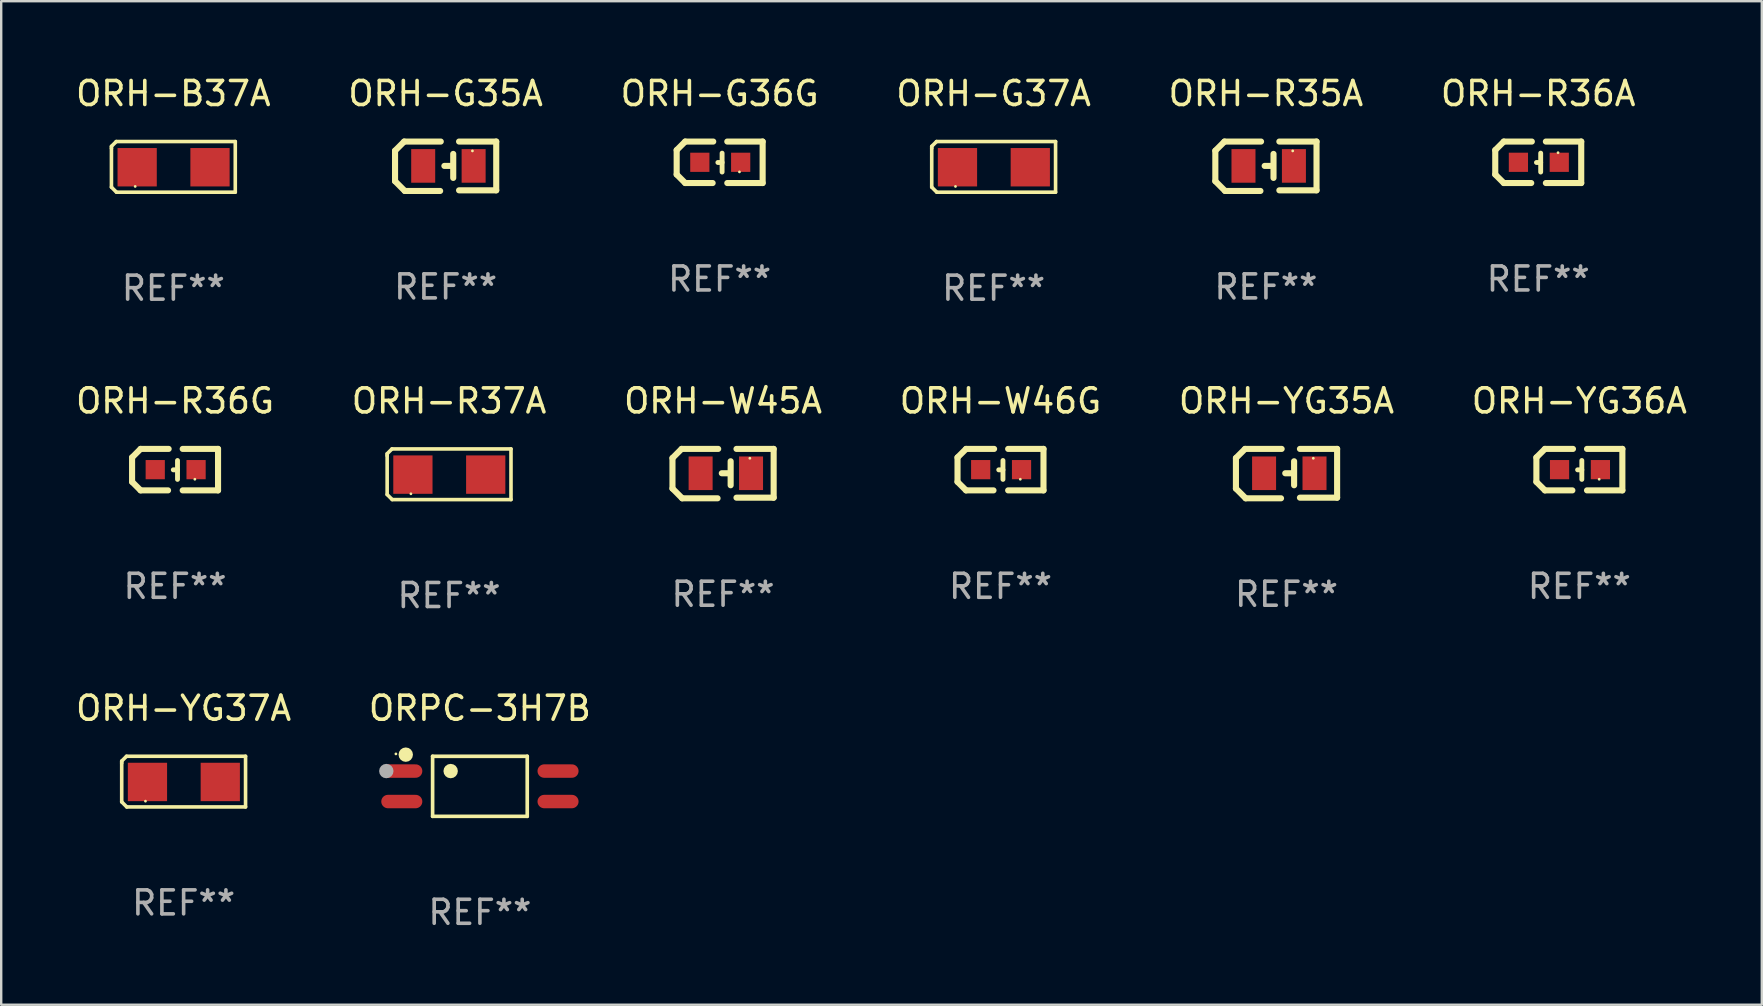
<source format=kicad_pcb>
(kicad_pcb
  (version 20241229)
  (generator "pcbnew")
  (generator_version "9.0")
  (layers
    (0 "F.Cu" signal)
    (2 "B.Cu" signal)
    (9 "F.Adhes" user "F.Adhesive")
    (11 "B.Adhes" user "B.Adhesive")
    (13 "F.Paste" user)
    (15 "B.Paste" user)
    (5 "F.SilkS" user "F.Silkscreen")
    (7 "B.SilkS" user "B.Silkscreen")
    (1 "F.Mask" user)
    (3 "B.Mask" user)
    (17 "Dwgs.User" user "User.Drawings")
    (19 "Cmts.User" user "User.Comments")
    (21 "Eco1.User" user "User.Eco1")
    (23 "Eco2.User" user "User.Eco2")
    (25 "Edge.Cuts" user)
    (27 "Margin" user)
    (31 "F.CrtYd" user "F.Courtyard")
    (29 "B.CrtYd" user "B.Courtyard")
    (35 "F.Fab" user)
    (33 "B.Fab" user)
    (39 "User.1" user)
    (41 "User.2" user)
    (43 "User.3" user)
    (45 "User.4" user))
  (footprint "ORH-G37A"
    (layer "F.Cu")
    (at 38.351 3.903)
    (property "Reference" "ORH-G37A" (at 0 -3.055 0) (layer "F.SilkS") (effects (font (size 1 1) (thickness 0.15))))
    (attr through_hole)
    (fp_line (start -2.58 -0.855) (end -2.38 -1.055) (stroke (width 0.15) (type solid)) (layer "F.SilkS"))
    (fp_line (start -2.58 -0.775) (end -2.58 -0.855) (stroke (width 0.15) (type solid)) (layer "F.SilkS"))
    (fp_line (start -2.58 -0.775) (end -2.58 0.845) (stroke (width 0.15) (type solid)) (layer "F.SilkS"))
    (fp_line (start -2.58 0.845) (end -2.37 1.055) (stroke (width 0.15) (type solid)) (layer "F.SilkS"))
    (fp_line (start -2.38 -1.055) (end 2.58 -1.055) (stroke (width 0.15) (type solid)) (layer "F.SilkS"))
    (fp_line (start 2.58 -1.055) (end 2.58 1.055) (stroke (width 0.15) (type solid)) (layer "F.SilkS"))
    (fp_line (start 2.58 1.055) (end -2.37 1.055) (stroke (width 0.15) (type solid)) (layer "F.SilkS"))
    (fp_circle (center -1.59 0.815) (end -1.56 0.815) (stroke (width 0.06) (type solid)) (fill no) (layer "F.SilkS"))
    (fp_text user "REF**" (at 0 5.055 0) (layer "F.Fab") (effects (font (size 1 1) (thickness 0.15))))
    (pad "1" smd rect (at -1.507 0.015) (size 1.635 1.6) (layers "F.Cu" "F.Mask" "F.Paste"))
    (pad "2" smd rect (at 1.527 0.015) (size 1.635 1.6) (layers "F.Cu" "F.Mask" "F.Paste")))
  (footprint "ORH-B37A"
    (layer "F.Cu")
    (at 4.173 3.903)
    (property "Reference" "ORH-B37A" (at 0 -3.055 0) (layer "F.SilkS") (effects (font (size 1 1) (thickness 0.15))))
    (attr through_hole)
    (fp_line (start -2.58 -0.855) (end -2.38 -1.055) (stroke (width 0.15) (type solid)) (layer "F.SilkS"))
    (fp_line (start -2.58 -0.775) (end -2.58 -0.855) (stroke (width 0.15) (type solid)) (layer "F.SilkS"))
    (fp_line (start -2.58 -0.775) (end -2.58 0.845) (stroke (width 0.15) (type solid)) (layer "F.SilkS"))
    (fp_line (start -2.58 0.845) (end -2.37 1.055) (stroke (width 0.15) (type solid)) (layer "F.SilkS"))
    (fp_line (start -2.38 -1.055) (end 2.58 -1.055) (stroke (width 0.15) (type solid)) (layer "F.SilkS"))
    (fp_line (start 2.58 -1.055) (end 2.58 1.055) (stroke (width 0.15) (type solid)) (layer "F.SilkS"))
    (fp_line (start 2.58 1.055) (end -2.37 1.055) (stroke (width 0.15) (type solid)) (layer "F.SilkS"))
    (fp_circle (center -1.59 0.815) (end -1.56 0.815) (stroke (width 0.06) (type solid)) (fill no) (layer "F.SilkS"))
    (fp_text user "REF**" (at 0 5.055 0) (layer "F.Fab") (effects (font (size 1 1) (thickness 0.15))))
    (pad "1" smd rect (at -1.508 0.015) (size 1.635 1.6) (layers "F.Cu" "F.Mask" "F.Paste"))
    (pad "2" smd rect (at 1.527 0.015) (size 1.635 1.6) (layers "F.Cu" "F.Mask" "F.Paste")))
  (footprint "ORH-G35A"
    (layer "F.Cu")
    (at 15.518 3.877)
    (property "Reference" "ORH-G35A" (at 0 -3.029 0) (layer "F.SilkS") (effects (font (size 1 1) (thickness 0.15))))
    (attr through_hole)
    (fp_line (start -2.108 -0.648) (end -1.727 -1.029) (stroke (width 0.254) (type solid)) (layer "F.SilkS"))
    (fp_line (start -2.108 0.622) (end -2.108 -0.648) (stroke (width 0.254) (type solid)) (layer "F.SilkS"))
    (fp_line (start -1.727 -1.029) (end -0.203 -1.029) (stroke (width 0.254) (type solid)) (layer "F.SilkS"))
    (fp_line (start -1.702 1.029) (end -2.108 0.622) (stroke (width 0.254) (type solid)) (layer "F.SilkS"))
    (fp_line (start -0.229 1.029) (end -1.702 1.029) (stroke (width 0.254) (type solid)) (layer "F.SilkS"))
    (fp_line (start 0.216 -0.014) (end -0.053 -0.014) (stroke (width 0.254) (type solid)) (layer "F.SilkS"))
    (fp_line (start 0.316 -0.514) (end 0.316 0.486) (stroke (width 0.254) (type solid)) (layer "F.SilkS"))
    (fp_line (start 0.559 1.003) (end 2.108 1.003) (stroke (width 0.254) (type solid)) (layer "F.SilkS"))
    (fp_line (start 2.108 -1.029) (end 0.559 -1.029) (stroke (width 0.254) (type solid)) (layer "F.SilkS"))
    (fp_line (start 2.108 1.003) (end 2.108 -1.029) (stroke (width 0.254) (type solid)) (layer "F.SilkS"))
    (fp_circle (center 1.116 -0.639) (end 1.146 -0.639) (stroke (width 0.06) (type solid)) (fill no) (layer "F.SilkS"))
    (fp_text user "REF**" (at 0 5.029 0) (layer "F.Fab") (effects (font (size 1 1) (thickness 0.15))))
    (pad "1" smd rect (at 1.166 -0.014 180) (size 1 1.4) (layers "F.Cu" "F.Mask" "F.Paste"))
    (pad "2" smd rect (at -0.935 -0.014 180) (size 1 1.4) (layers "F.Cu" "F.Mask" "F.Paste")))
  (footprint "ORH-G36G"
    (layer "F.Cu")
    (at 26.935 3.712)
    (property "Reference" "ORH-G36G" (at 0 -2.864 0) (layer "F.SilkS") (effects (font (size 1 1) (thickness 0.15))))
    (attr through_hole)
    (fp_line (start -1.791 -0.508) (end -1.435 -0.864) (stroke (width 0.254) (type solid)) (layer "F.SilkS"))
    (fp_line (start -1.791 0.508) (end -1.791 -0.508) (stroke (width 0.254) (type solid)) (layer "F.SilkS"))
    (fp_line (start -1.435 0.864) (end -1.791 0.508) (stroke (width 0.254) (type solid)) (layer "F.SilkS"))
    (fp_line (start -0.292 0.864) (end -1.435 0.864) (stroke (width 0.254) (type solid)) (layer "F.SilkS"))
    (fp_line (start -0.267 -0.864) (end -1.435 -0.864) (stroke (width 0.254) (type solid)) (layer "F.SilkS"))
    (fp_line (start 0.102 0.008) (end -0.074 0.008) (stroke (width 0.203) (type solid)) (layer "F.SilkS"))
    (fp_line (start 0.102 0.406) (end 0.102 -0.381) (stroke (width 0.203) (type solid)) (layer "F.SilkS"))
    (fp_line (start 1.791 -0.864) (end 0.318 -0.864) (stroke (width 0.254) (type solid)) (layer "F.SilkS"))
    (fp_line (start 1.791 0.864) (end 0.318 0.864) (stroke (width 0.254) (type solid)) (layer "F.SilkS"))
    (fp_line (start 1.791 0.864) (end 1.791 -0.864) (stroke (width 0.254) (type solid)) (layer "F.SilkS"))
    (fp_circle (center 0.825 0.4) (end 0.855 0.4) (stroke (width 0.06) (type solid)) (fill no) (layer "F.SilkS"))
    (fp_text user "REF**" (at 0 4.864 0) (layer "F.Fab") (effects (font (size 1 1) (thickness 0.15))))
    (pad "1" smd rect (at 0.876 0 90) (size 0.8 0.8) (layers "F.Cu" "F.Mask" "F.Paste"))
    (pad "2" smd rect (at -0.826 0 90) (size 0.8 0.8) (layers "F.Cu" "F.Mask" "F.Paste")))
  (footprint "ORH-YG37A"
    (layer "F.Cu")
    (at 4.601 29.516)
    (property "Reference" "ORH-YG37A" (at 0 -3.055 0) (layer "F.SilkS") (effects (font (size 1 1) (thickness 0.15))))
    (attr through_hole)
    (fp_line (start -2.58 -0.855) (end -2.38 -1.055) (stroke (width 0.15) (type solid)) (layer "F.SilkS"))
    (fp_line (start -2.58 -0.775) (end -2.58 -0.855) (stroke (width 0.15) (type solid)) (layer "F.SilkS"))
    (fp_line (start -2.58 -0.775) (end -2.58 0.845) (stroke (width 0.15) (type solid)) (layer "F.SilkS"))
    (fp_line (start -2.58 0.845) (end -2.37 1.055) (stroke (width 0.15) (type solid)) (layer "F.SilkS"))
    (fp_line (start -2.38 -1.055) (end 2.58 -1.055) (stroke (width 0.15) (type solid)) (layer "F.SilkS"))
    (fp_line (start 2.58 -1.055) (end 2.58 1.055) (stroke (width 0.15) (type solid)) (layer "F.SilkS"))
    (fp_line (start 2.58 1.055) (end -2.37 1.055) (stroke (width 0.15) (type solid)) (layer "F.SilkS"))
    (fp_circle (center -1.59 0.815) (end -1.56 0.815) (stroke (width 0.06) (type solid)) (fill no) (layer "F.SilkS"))
    (fp_text user "REF**" (at 0 5.055 0) (layer "F.Fab") (effects (font (size 1 1) (thickness 0.15))))
    (pad "1" smd rect (at -1.507 0.015) (size 1.635 1.6) (layers "F.Cu" "F.Mask" "F.Paste"))
    (pad "2" smd rect (at 1.527 0.015) (size 1.635 1.6) (layers "F.Cu" "F.Mask" "F.Paste")))
  (footprint "ORH-R35A"
    (layer "F.Cu")
    (at 49.696 3.877)
    (property "Reference" "ORH-R35A" (at 0 -3.029 0) (layer "F.SilkS") (effects (font (size 1 1) (thickness 0.15))))
    (attr through_hole)
    (fp_line (start -2.108 -0.648) (end -1.727 -1.029) (stroke (width 0.254) (type solid)) (layer "F.SilkS"))
    (fp_line (start -2.108 0.622) (end -2.108 -0.648) (stroke (width 0.254) (type solid)) (layer "F.SilkS"))
    (fp_line (start -1.727 -1.029) (end -0.203 -1.029) (stroke (width 0.254) (type solid)) (layer "F.SilkS"))
    (fp_line (start -1.702 1.029) (end -2.108 0.622) (stroke (width 0.254) (type solid)) (layer "F.SilkS"))
    (fp_line (start -0.229 1.029) (end -1.702 1.029) (stroke (width 0.254) (type solid)) (layer "F.SilkS"))
    (fp_line (start 0.216 -0.014) (end -0.053 -0.014) (stroke (width 0.254) (type solid)) (layer "F.SilkS"))
    (fp_line (start 0.316 -0.514) (end 0.316 0.486) (stroke (width 0.254) (type solid)) (layer "F.SilkS"))
    (fp_line (start 0.559 1.003) (end 2.108 1.003) (stroke (width 0.254) (type solid)) (layer "F.SilkS"))
    (fp_line (start 2.108 -1.029) (end 0.559 -1.029) (stroke (width 0.254) (type solid)) (layer "F.SilkS"))
    (fp_line (start 2.108 1.003) (end 2.108 -1.029) (stroke (width 0.254) (type solid)) (layer "F.SilkS"))
    (fp_circle (center 1.116 -0.639) (end 1.146 -0.639) (stroke (width 0.06) (type solid)) (fill no) (layer "F.SilkS"))
    (fp_text user "REF**" (at 0 5.029 0) (layer "F.Fab") (effects (font (size 1 1) (thickness 0.15))))
    (pad "1" smd rect (at 1.166 -0.014 180) (size 1 1.4) (layers "F.Cu" "F.Mask" "F.Paste"))
    (pad "2" smd rect (at -0.935 -0.014 180) (size 1 1.4) (layers "F.Cu" "F.Mask" "F.Paste")))
  (footprint "ORH-YG36A"
    (layer "F.Cu")
    (at 62.756 16.518)
    (property "Reference" "ORH-YG36A" (at 0 -2.864 0) (layer "F.SilkS") (effects (font (size 1 1) (thickness 0.15))))
    (attr through_hole)
    (fp_line (start -1.791 -0.508) (end -1.435 -0.864) (stroke (width 0.254) (type solid)) (layer "F.SilkS"))
    (fp_line (start -1.791 0.508) (end -1.791 -0.508) (stroke (width 0.254) (type solid)) (layer "F.SilkS"))
    (fp_line (start -1.435 0.864) (end -1.791 0.508) (stroke (width 0.254) (type solid)) (layer "F.SilkS"))
    (fp_line (start -0.292 0.864) (end -1.435 0.864) (stroke (width 0.254) (type solid)) (layer "F.SilkS"))
    (fp_line (start -0.267 -0.864) (end -1.435 -0.864) (stroke (width 0.254) (type solid)) (layer "F.SilkS"))
    (fp_line (start 0.102 0.008) (end -0.074 0.008) (stroke (width 0.203) (type solid)) (layer "F.SilkS"))
    (fp_line (start 0.102 0.406) (end 0.102 -0.381) (stroke (width 0.203) (type solid)) (layer "F.SilkS"))
    (fp_line (start 1.791 -0.864) (end 0.318 -0.864) (stroke (width 0.254) (type solid)) (layer "F.SilkS"))
    (fp_line (start 1.791 0.864) (end 0.318 0.864) (stroke (width 0.254) (type solid)) (layer "F.SilkS"))
    (fp_line (start 1.791 0.864) (end 1.791 -0.864) (stroke (width 0.254) (type solid)) (layer "F.SilkS"))
    (fp_circle (center 0.825 0.4) (end 0.855 0.4) (stroke (width 0.06) (type solid)) (fill no) (layer "F.SilkS"))
    (fp_text user "REF**" (at 0 4.864 0) (layer "F.Fab") (effects (font (size 1 1) (thickness 0.15))))
    (pad "1" smd rect (at 0.876 0 90) (size 0.8 0.8) (layers "F.Cu" "F.Mask" "F.Paste"))
    (pad "2" smd rect (at -0.826 0 90) (size 0.8 0.8) (layers "F.Cu" "F.Mask" "F.Paste")))
  (footprint "ORH-W45A"
    (layer "F.Cu")
    (at 27.077 16.683)
    (property "Reference" "ORH-W45A" (at 0 -3.029 0) (layer "F.SilkS") (effects (font (size 1 1) (thickness 0.15))))
    (attr through_hole)
    (fp_line (start -2.108 -0.648) (end -1.727 -1.029) (stroke (width 0.254) (type solid)) (layer "F.SilkS"))
    (fp_line (start -2.108 0.622) (end -2.108 -0.648) (stroke (width 0.254) (type solid)) (layer "F.SilkS"))
    (fp_line (start -1.727 -1.029) (end -0.203 -1.029) (stroke (width 0.254) (type solid)) (layer "F.SilkS"))
    (fp_line (start -1.702 1.029) (end -2.108 0.622) (stroke (width 0.254) (type solid)) (layer "F.SilkS"))
    (fp_line (start -0.229 1.029) (end -1.702 1.029) (stroke (width 0.254) (type solid)) (layer "F.SilkS"))
    (fp_line (start 0.216 -0.014) (end -0.053 -0.014) (stroke (width 0.254) (type solid)) (layer "F.SilkS"))
    (fp_line (start 0.316 -0.514) (end 0.316 0.486) (stroke (width 0.254) (type solid)) (layer "F.SilkS"))
    (fp_line (start 0.559 1.003) (end 2.108 1.003) (stroke (width 0.254) (type solid)) (layer "F.SilkS"))
    (fp_line (start 2.108 -1.029) (end 0.559 -1.029) (stroke (width 0.254) (type solid)) (layer "F.SilkS"))
    (fp_line (start 2.108 1.003) (end 2.108 -1.029) (stroke (width 0.254) (type solid)) (layer "F.SilkS"))
    (fp_circle (center 1.116 -0.639) (end 1.146 -0.639) (stroke (width 0.06) (type solid)) (fill no) (layer "F.SilkS"))
    (fp_text user "REF**" (at 0 5.029 0) (layer "F.Fab") (effects (font (size 1 1) (thickness 0.15))))
    (pad "1" smd rect (at 1.166 -0.014 180) (size 1 1.4) (layers "F.Cu" "F.Mask" "F.Paste"))
    (pad "2" smd rect (at -0.935 -0.014 180) (size 1 1.4) (layers "F.Cu" "F.Mask" "F.Paste")))
  (footprint "ORH-R36A"
    (layer "F.Cu")
    (at 61.042 3.712)
    (property "Reference" "ORH-R36A" (at 0 -2.864 0) (layer "F.SilkS") (effects (font (size 1 1) (thickness 0.15))))
    (attr through_hole)
    (fp_line (start -1.791 -0.508) (end -1.435 -0.864) (stroke (width 0.254) (type solid)) (layer "F.SilkS"))
    (fp_line (start -1.791 0.508) (end -1.791 -0.508) (stroke (width 0.254) (type solid)) (layer "F.SilkS"))
    (fp_line (start -1.435 0.864) (end -1.791 0.508) (stroke (width 0.254) (type solid)) (layer "F.SilkS"))
    (fp_line (start -0.292 0.864) (end -1.435 0.864) (stroke (width 0.254) (type solid)) (layer "F.SilkS"))
    (fp_line (start -0.267 -0.864) (end -1.435 -0.864) (stroke (width 0.254) (type solid)) (layer "F.SilkS"))
    (fp_line (start 0.102 0.008) (end -0.074 0.008) (stroke (width 0.203) (type solid)) (layer "F.SilkS"))
    (fp_line (start 0.102 0.406) (end 0.102 -0.381) (stroke (width 0.203) (type solid)) (layer "F.SilkS"))
    (fp_line (start 1.791 -0.864) (end 0.318 -0.864) (stroke (width 0.254) (type solid)) (layer "F.SilkS"))
    (fp_line (start 1.791 0.864) (end 0.318 0.864) (stroke (width 0.254) (type solid)) (layer "F.SilkS"))
    (fp_line (start 1.791 0.864) (end 1.791 -0.864) (stroke (width 0.254) (type solid)) (layer "F.SilkS"))
    (fp_circle (center 0.825 -0.4) (end 0.855 -0.4) (stroke (width 0.06) (type solid)) (fill no) (layer "F.SilkS"))
    (fp_text user "REF**" (at 0 4.864 0) (layer "F.Fab") (effects (font (size 1 1) (thickness 0.15))))
    (pad "1" smd rect (at 0.876 0 90) (size 0.8 0.8) (layers "F.Cu" "F.Mask" "F.Paste"))
    (pad "2" smd rect (at -0.826 0 90) (size 0.8 0.8) (layers "F.Cu" "F.Mask" "F.Paste")))
  (footprint "ORH-YG35A"
    (layer "F.Cu")
    (at 50.554 16.683)
    (property "Reference" "ORH-YG35A" (at 0 -3.029 0) (layer "F.SilkS") (effects (font (size 1 1) (thickness 0.15))))
    (attr through_hole)
    (fp_line (start -2.108 -0.648) (end -1.727 -1.029) (stroke (width 0.254) (type solid)) (layer "F.SilkS"))
    (fp_line (start -2.108 0.622) (end -2.108 -0.648) (stroke (width 0.254) (type solid)) (layer "F.SilkS"))
    (fp_line (start -1.727 -1.029) (end -0.203 -1.029) (stroke (width 0.254) (type solid)) (layer "F.SilkS"))
    (fp_line (start -1.702 1.029) (end -2.108 0.622) (stroke (width 0.254) (type solid)) (layer "F.SilkS"))
    (fp_line (start -0.229 1.029) (end -1.702 1.029) (stroke (width 0.254) (type solid)) (layer "F.SilkS"))
    (fp_line (start 0.216 -0.014) (end -0.053 -0.014) (stroke (width 0.254) (type solid)) (layer "F.SilkS"))
    (fp_line (start 0.316 -0.514) (end 0.316 0.486) (stroke (width 0.254) (type solid)) (layer "F.SilkS"))
    (fp_line (start 0.559 1.003) (end 2.108 1.003) (stroke (width 0.254) (type solid)) (layer "F.SilkS"))
    (fp_line (start 2.108 -1.029) (end 0.559 -1.029) (stroke (width 0.254) (type solid)) (layer "F.SilkS"))
    (fp_line (start 2.108 1.003) (end 2.108 -1.029) (stroke (width 0.254) (type solid)) (layer "F.SilkS"))
    (fp_circle (center 1.116 -0.639) (end 1.146 -0.639) (stroke (width 0.06) (type solid)) (fill no) (layer "F.SilkS"))
    (fp_text user "REF**" (at 0 5.029 0) (layer "F.Fab") (effects (font (size 1 1) (thickness 0.15))))
    (pad "1" smd rect (at 1.166 -0.014 180) (size 1 1.4) (layers "F.Cu" "F.Mask" "F.Paste"))
    (pad "2" smd rect (at -0.935 -0.014 180) (size 1 1.4) (layers "F.Cu" "F.Mask" "F.Paste")))
  (footprint "ORH-R37A"
    (layer "F.Cu")
    (at 15.661 16.71)
    (property "Reference" "ORH-R37A" (at 0 -3.055 0) (layer "F.SilkS") (effects (font (size 1 1) (thickness 0.15))))
    (attr through_hole)
    (fp_line (start -2.58 -0.855) (end -2.38 -1.055) (stroke (width 0.15) (type solid)) (layer "F.SilkS"))
    (fp_line (start -2.58 -0.775) (end -2.58 -0.855) (stroke (width 0.15) (type solid)) (layer "F.SilkS"))
    (fp_line (start -2.58 -0.775) (end -2.58 0.845) (stroke (width 0.15) (type solid)) (layer "F.SilkS"))
    (fp_line (start -2.58 0.845) (end -2.37 1.055) (stroke (width 0.15) (type solid)) (layer "F.SilkS"))
    (fp_line (start -2.38 -1.055) (end 2.58 -1.055) (stroke (width 0.15) (type solid)) (layer "F.SilkS"))
    (fp_line (start 2.58 -1.055) (end 2.58 1.055) (stroke (width 0.15) (type solid)) (layer "F.SilkS"))
    (fp_line (start 2.58 1.055) (end -2.37 1.055) (stroke (width 0.15) (type solid)) (layer "F.SilkS"))
    (fp_circle (center -1.59 0.815) (end -1.56 0.815) (stroke (width 0.06) (type solid)) (fill no) (layer "F.SilkS"))
    (fp_text user "REF**" (at 0 5.055 0) (layer "F.Fab") (effects (font (size 1 1) (thickness 0.15))))
    (pad "1" smd rect (at -1.507 0.015) (size 1.635 1.6) (layers "F.Cu" "F.Mask" "F.Paste"))
    (pad "2" smd rect (at 1.527 0.015) (size 1.635 1.6) (layers "F.Cu" "F.Mask" "F.Paste")))
  (footprint "ORH-R36G"
    (layer "F.Cu")
    (at 4.244 16.518)
    (property "Reference" "ORH-R36G" (at 0 -2.864 0) (layer "F.SilkS") (effects (font (size 1 1) (thickness 0.15))))
    (attr through_hole)
    (fp_line (start -1.791 -0.508) (end -1.435 -0.864) (stroke (width 0.254) (type solid)) (layer "F.SilkS"))
    (fp_line (start -1.791 0.508) (end -1.791 -0.508) (stroke (width 0.254) (type solid)) (layer "F.SilkS"))
    (fp_line (start -1.435 0.864) (end -1.791 0.508) (stroke (width 0.254) (type solid)) (layer "F.SilkS"))
    (fp_line (start -0.292 0.864) (end -1.435 0.864) (stroke (width 0.254) (type solid)) (layer "F.SilkS"))
    (fp_line (start -0.267 -0.864) (end -1.435 -0.864) (stroke (width 0.254) (type solid)) (layer "F.SilkS"))
    (fp_line (start 0.102 0.008) (end -0.074 0.008) (stroke (width 0.203) (type solid)) (layer "F.SilkS"))
    (fp_line (start 0.102 0.406) (end 0.102 -0.381) (stroke (width 0.203) (type solid)) (layer "F.SilkS"))
    (fp_line (start 1.791 -0.864) (end 0.318 -0.864) (stroke (width 0.254) (type solid)) (layer "F.SilkS"))
    (fp_line (start 1.791 0.864) (end 0.318 0.864) (stroke (width 0.254) (type solid)) (layer "F.SilkS"))
    (fp_line (start 1.791 0.864) (end 1.791 -0.864) (stroke (width 0.254) (type solid)) (layer "F.SilkS"))
    (fp_circle (center 0.825 0.4) (end 0.855 0.4) (stroke (width 0.06) (type solid)) (fill no) (layer "F.SilkS"))
    (fp_text user "REF**" (at 0 4.864 0) (layer "F.Fab") (effects (font (size 1 1) (thickness 0.15))))
    (pad "1" smd rect (at 0.876 0 90) (size 0.8 0.8) (layers "F.Cu" "F.Mask" "F.Paste"))
    (pad "2" smd rect (at -0.826 0 90) (size 0.8 0.8) (layers "F.Cu" "F.Mask" "F.Paste")))
  (footprint "ORH-W46G"
    (layer "F.Cu")
    (at 38.637 16.518)
    (property "Reference" "ORH-W46G" (at 0 -2.864 0) (layer "F.SilkS") (effects (font (size 1 1) (thickness 0.15))))
    (attr through_hole)
    (fp_line (start -1.791 -0.508) (end -1.435 -0.864) (stroke (width 0.254) (type solid)) (layer "F.SilkS"))
    (fp_line (start -1.791 0.508) (end -1.791 -0.508) (stroke (width 0.254) (type solid)) (layer "F.SilkS"))
    (fp_line (start -1.435 0.864) (end -1.791 0.508) (stroke (width 0.254) (type solid)) (layer "F.SilkS"))
    (fp_line (start -0.292 0.864) (end -1.435 0.864) (stroke (width 0.254) (type solid)) (layer "F.SilkS"))
    (fp_line (start -0.267 -0.864) (end -1.435 -0.864) (stroke (width 0.254) (type solid)) (layer "F.SilkS"))
    (fp_line (start 0.102 0.008) (end -0.074 0.008) (stroke (width 0.203) (type solid)) (layer "F.SilkS"))
    (fp_line (start 0.102 0.406) (end 0.102 -0.381) (stroke (width 0.203) (type solid)) (layer "F.SilkS"))
    (fp_line (start 1.791 -0.864) (end 0.318 -0.864) (stroke (width 0.254) (type solid)) (layer "F.SilkS"))
    (fp_line (start 1.791 0.864) (end 0.318 0.864) (stroke (width 0.254) (type solid)) (layer "F.SilkS"))
    (fp_line (start 1.791 0.864) (end 1.791 -0.864) (stroke (width 0.254) (type solid)) (layer "F.SilkS"))
    (fp_circle (center 0.825 0.4) (end 0.855 0.4) (stroke (width 0.06) (type solid)) (fill no) (layer "F.SilkS"))
    (fp_text user "REF**" (at 0 4.864 0) (layer "F.Fab") (effects (font (size 1 1) (thickness 0.15))))
    (pad "1" smd rect (at 0.876 0 90) (size 0.8 0.8) (layers "F.Cu" "F.Mask" "F.Paste"))
    (pad "2" smd rect (at -0.826 0 90) (size 0.8 0.8) (layers "F.Cu" "F.Mask" "F.Paste")))
  (footprint "ORPC-3H7B"
    (layer "F.Cu")
    (at 16.946 29.712)
    (property "Reference" "ORPC-3H7B" (at 0 -3.251 0) (layer "F.SilkS") (effects (font (size 1 1) (thickness 0.15))))
    (attr through_hole)
    (fp_line (start -1.971 -1.251) (end 1.972 -1.251) (stroke (width 0.152) (type solid)) (layer "F.SilkS"))
    (fp_line (start -1.971 1.251) (end -1.971 -1.251) (stroke (width 0.152) (type solid)) (layer "F.SilkS"))
    (fp_line (start 1.972 -1.251) (end 1.972 1.251) (stroke (width 0.152) (type solid)) (layer "F.SilkS"))
    (fp_line (start 1.972 1.251) (end -1.971 1.251) (stroke (width 0.152) (type solid)) (layer "F.SilkS"))
    (fp_circle (center -3.5 -1.35) (end -3.47 -1.35) (stroke (width 0.06) (type solid)) (fill no) (layer "F.SilkS"))
    (fp_circle (center -3.09 -1.319) (end -2.94 -1.319) (stroke (width 0.3) (type solid)) (fill no) (layer "F.SilkS"))
    (fp_circle (center -1.219 -0.635) (end -1.069 -0.635) (stroke (width 0.3) (type solid)) (fill no) (layer "F.SilkS"))
    (fp_circle (center -3.9 -0.635) (end -3.75 -0.635) (stroke (width 0.3) (type solid)) (fill no) (layer "F.Fab"))
    (fp_text user "REF**" (at 0 5.251 0) (layer "F.Fab") (effects (font (size 1 1) (thickness 0.15))))
    (pad "1" smd oval (at -3.255 -0.635 270) (size 0.56 1.71) (layers "F.Cu" "F.Mask" "F.Paste"))
    (pad "2" smd oval (at -3.255 0.635 270) (size 0.56 1.71) (layers "F.Cu" "F.Mask" "F.Paste"))
    (pad "3" smd oval (at 3.255 0.635 270) (size 0.56 1.71) (layers "F.Cu" "F.Mask" "F.Paste"))
    (pad "4" smd oval (at 3.255 -0.635 270) (size 0.56 1.71) (layers "F.Cu" "F.Mask" "F.Paste")))
  (gr_rect
    (start -3 -3)
    (end 70.357 38.812)
    (stroke (width 0.1) (type default))
    (fill no)
    (layer "Edge.Cuts")))
</source>
